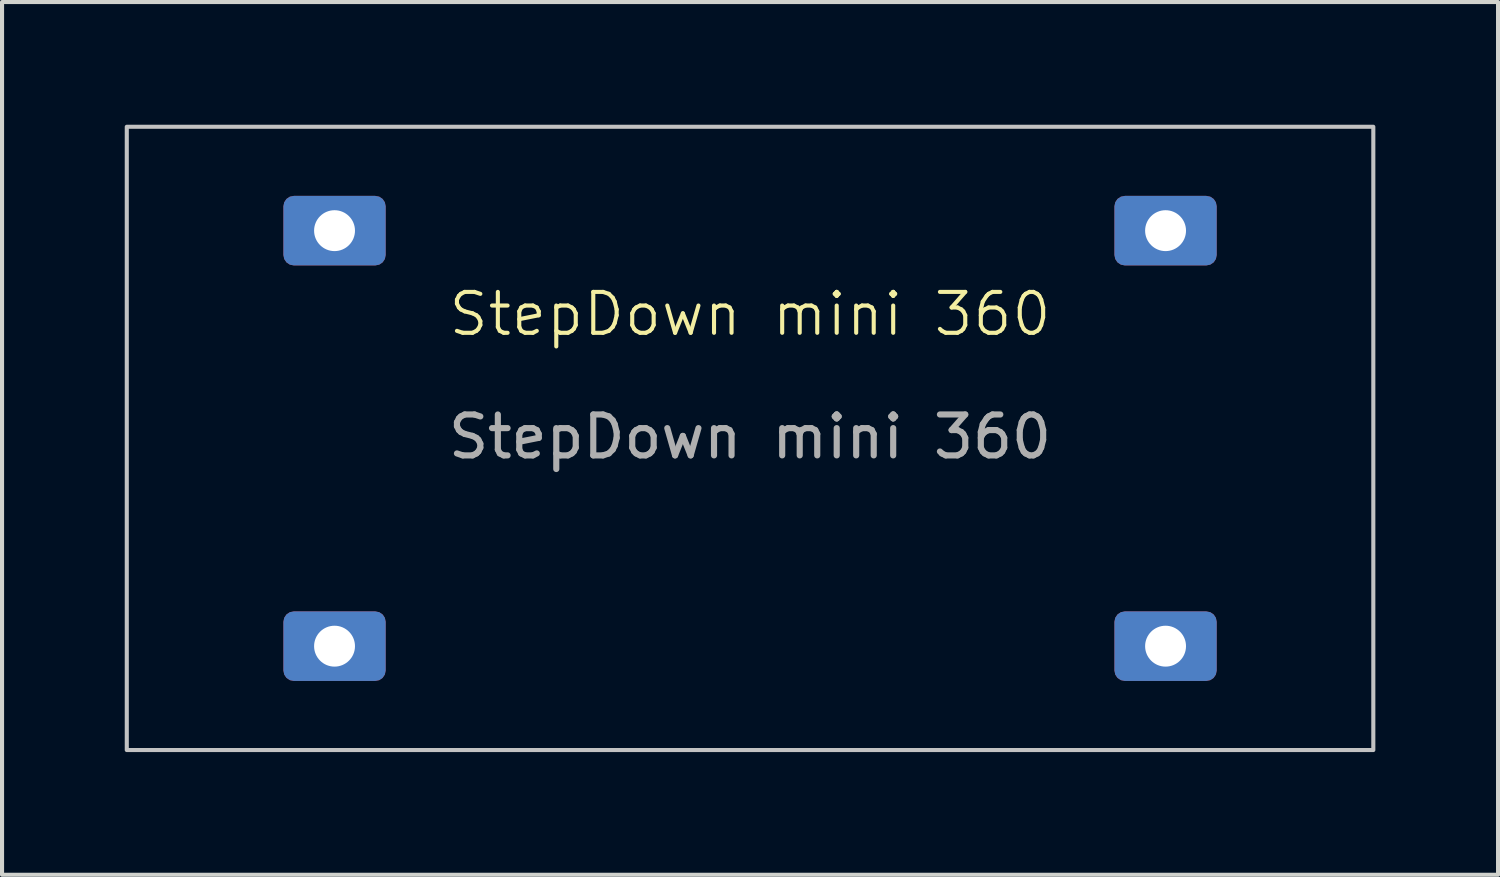
<source format=kicad_pcb>
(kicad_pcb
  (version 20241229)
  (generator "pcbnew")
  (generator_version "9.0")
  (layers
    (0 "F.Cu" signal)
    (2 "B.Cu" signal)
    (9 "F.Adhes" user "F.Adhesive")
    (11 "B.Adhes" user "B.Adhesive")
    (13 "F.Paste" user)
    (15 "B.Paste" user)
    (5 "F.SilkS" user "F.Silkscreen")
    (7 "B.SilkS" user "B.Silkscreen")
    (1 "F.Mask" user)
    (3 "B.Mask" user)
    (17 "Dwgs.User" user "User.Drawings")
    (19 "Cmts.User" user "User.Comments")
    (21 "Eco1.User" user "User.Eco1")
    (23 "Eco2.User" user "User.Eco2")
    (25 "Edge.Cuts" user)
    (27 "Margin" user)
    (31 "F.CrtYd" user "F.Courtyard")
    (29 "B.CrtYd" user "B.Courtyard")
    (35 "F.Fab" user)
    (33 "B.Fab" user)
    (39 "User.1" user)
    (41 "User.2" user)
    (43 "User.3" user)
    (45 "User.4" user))
  (footprint "StepDown mini 360"
    (layer "F.Cu")
    (at 15.29 5.13)
    (property "Reference" "StepDown mini 360" (at 0 -0.5 0) (unlocked yes) (layer "F.SilkS") (effects (font (size 1 1) (thickness 0.1))))
    (attr smd)
    (fp_rect (start -15.24 -5.08) (end 15.24 10.16) (stroke (width 0.1) (type default)) (fill no) (layer "Dwgs.User"))
    (fp_text user "${REFERENCE}" (at 0 2.5 0) (unlocked yes) (layer "F.Fab") (effects (font (size 1 1) (thickness 0.15))))
    (pad "1" thru_hole roundrect (at -10.16 -2.54) (size 2.5 1.7) (drill 1) (layers "*.Cu" "*.Mask") (roundrect_rratio 0.15))
    (pad "2" thru_hole roundrect (at -10.16 7.62) (size 2.5 1.7) (drill 1) (layers "*.Cu" "*.Mask") (roundrect_rratio 0.15))
    (pad "3" thru_hole roundrect (at 10.16 7.62) (size 2.5 1.7) (drill 1) (layers "*.Cu" "*.Mask") (roundrect_rratio 0.15))
    (pad "4" thru_hole roundrect (at 10.16 -2.54) (size 2.5 1.7) (drill 1) (layers "*.Cu" "*.Mask") (roundrect_rratio 0.15)))
  (gr_rect
    (start -3 -3)
    (end 33.58 18.34)
    (stroke (width 0.1) (type default))
    (fill no)
    (layer "Edge.Cuts")))
</source>
